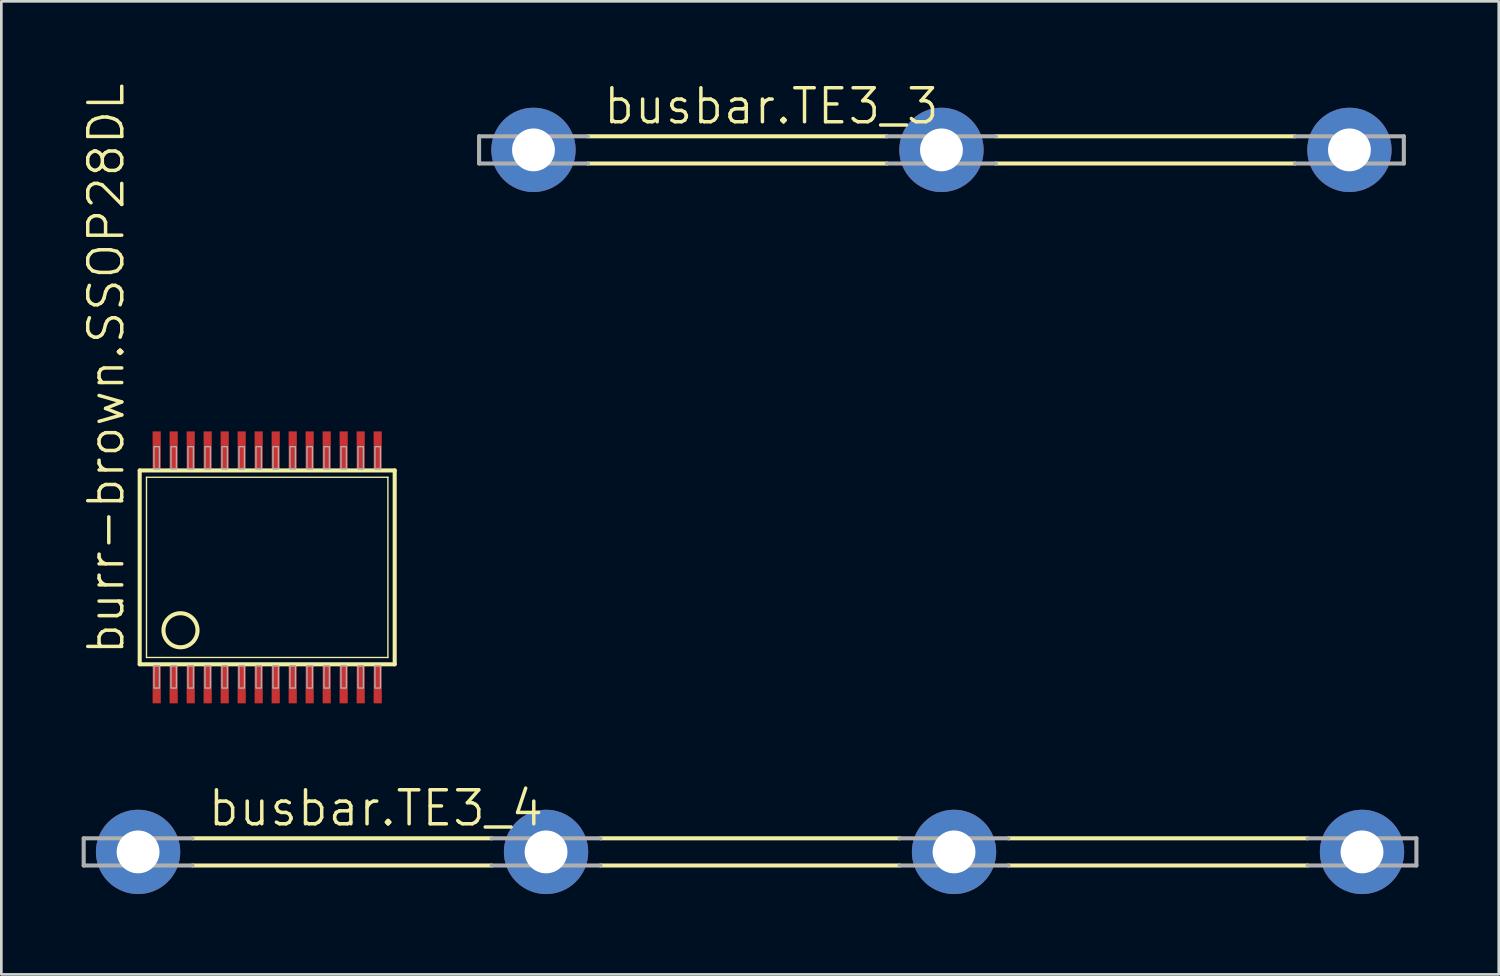
<source format=kicad_pcb>
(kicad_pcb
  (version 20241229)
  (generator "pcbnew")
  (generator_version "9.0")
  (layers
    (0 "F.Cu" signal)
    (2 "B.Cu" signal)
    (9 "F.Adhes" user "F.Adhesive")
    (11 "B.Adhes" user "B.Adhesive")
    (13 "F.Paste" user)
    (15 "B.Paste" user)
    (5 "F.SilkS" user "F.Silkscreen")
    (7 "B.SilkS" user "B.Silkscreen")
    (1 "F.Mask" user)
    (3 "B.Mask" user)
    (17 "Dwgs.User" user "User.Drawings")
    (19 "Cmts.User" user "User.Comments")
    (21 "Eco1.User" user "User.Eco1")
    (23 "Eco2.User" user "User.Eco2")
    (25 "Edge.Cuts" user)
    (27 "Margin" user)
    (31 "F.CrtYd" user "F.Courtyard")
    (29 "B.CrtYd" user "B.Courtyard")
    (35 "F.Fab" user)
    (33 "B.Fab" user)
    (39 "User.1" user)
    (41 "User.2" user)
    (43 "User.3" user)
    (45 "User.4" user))
  (footprint "busbar.TE3_3"
    (layer "F.Cu")
    (at 32.118 2.549)
    (property "Reference" "busbar.TE3_3" (at -12.7 -0.889 0) (layer "F.SilkS") (effects (font (size 1.27 1.27) (thickness 0.13)) (justify left bottom)))
    (attr through_hole)
    (fp_line (start -13.208 -0.508) (end -2.032 -0.508) (stroke (width 0.152) (type default)) (layer "F.SilkS"))
    (fp_line (start -13.208 0.508) (end -2.032 0.508) (stroke (width 0.152) (type default)) (layer "F.SilkS"))
    (fp_line (start 2.032 -0.508) (end 13.208 -0.508) (stroke (width 0.152) (type default)) (layer "F.SilkS"))
    (fp_line (start 2.032 0.508) (end 13.208 0.508) (stroke (width 0.152) (type default)) (layer "F.SilkS"))
    (fp_line (start -17.272 -0.508) (end -17.272 0.508) (stroke (width 0.152) (type default)) (layer "F.Fab"))
    (fp_line (start -17.272 0.508) (end -13.208 0.508) (stroke (width 0.152) (type default)) (layer "F.Fab"))
    (fp_line (start -13.208 -0.508) (end -17.272 -0.508) (stroke (width 0.152) (type default)) (layer "F.Fab"))
    (fp_line (start -2.032 0.508) (end 2.032 0.508) (stroke (width 0.152) (type default)) (layer "F.Fab"))
    (fp_line (start 2.032 -0.508) (end -2.032 -0.508) (stroke (width 0.152) (type default)) (layer "F.Fab"))
    (fp_line (start 17.272 -0.508) (end 13.208 -0.508) (stroke (width 0.152) (type default)) (layer "F.Fab"))
    (fp_line (start 17.272 -0.508) (end 17.272 0.508) (stroke (width 0.152) (type default)) (layer "F.Fab"))
    (fp_line (start 17.272 0.508) (end 13.208 0.508) (stroke (width 0.152) (type default)) (layer "F.Fab"))
    (pad "1" thru_hole circle (at -15.24 0) (size 3.15 3.15) (drill 1.6) (layers "*.Cu" "*.Mask"))
    (pad "2" thru_hole circle (at 0 0) (size 3.15 3.15) (drill 1.6) (layers "*.Cu" "*.Mask"))
    (pad "3" thru_hole circle (at 15.24 0) (size 3.15 3.15) (drill 1.6) (layers "*.Cu" "*.Mask")))
  (footprint "burr-brown.SSOP28DL"
    (layer "F.Cu")
    (at 6.931 18.144)
    (property "Reference" "burr-brown.SSOP28DL" (at -5.271 3.34 90) (layer "F.SilkS") (effects (font (size 1.27 1.27) (thickness 0.13)) (justify left bottom)))
    (attr smd)
    (fp_line (start -4.763 3.62) (end -4.763 -3.62) (stroke (width 0.152) (type default)) (layer "F.SilkS"))
    (fp_line (start -4.763 3.62) (end 4.763 3.62) (stroke (width 0.152) (type default)) (layer "F.SilkS"))
    (fp_line (start -4.509 3.366) (end -4.509 -3.366) (stroke (width 0.051) (type default)) (layer "F.SilkS"))
    (fp_line (start -4.509 3.366) (end 4.509 3.366) (stroke (width 0.051) (type default)) (layer "F.SilkS"))
    (fp_line (start 4.509 -3.366) (end -4.509 -3.366) (stroke (width 0.051) (type default)) (layer "F.SilkS"))
    (fp_line (start 4.509 -3.366) (end 4.509 3.366) (stroke (width 0.051) (type default)) (layer "F.SilkS"))
    (fp_line (start 4.763 -3.62) (end -4.763 -3.62) (stroke (width 0.152) (type default)) (layer "F.SilkS"))
    (fp_line (start 4.763 3.62) (end 4.763 -3.62) (stroke (width 0.152) (type default)) (layer "F.SilkS"))
    (fp_circle (center -3.239 2.349) (end -2.603 2.349) (stroke (width 0.152) (type default)) (fill no) (layer "F.SilkS"))
    (fp_rect (start -4.229 -3.67) (end -4.026 -4.508) (stroke (width 0.05) (type default)) (fill no) (layer "F.Fab"))
    (fp_rect (start -4.229 4.508) (end -4.026 3.67) (stroke (width 0.05) (type default)) (fill no) (layer "F.Fab"))
    (fp_rect (start -3.594 -3.67) (end -3.391 -4.508) (stroke (width 0.05) (type default)) (fill no) (layer "F.Fab"))
    (fp_rect (start -3.594 4.508) (end -3.391 3.67) (stroke (width 0.05) (type default)) (fill no) (layer "F.Fab"))
    (fp_rect (start -2.959 -3.67) (end -2.756 -4.508) (stroke (width 0.05) (type default)) (fill no) (layer "F.Fab"))
    (fp_rect (start -2.959 4.508) (end -2.756 3.67) (stroke (width 0.05) (type default)) (fill no) (layer "F.Fab"))
    (fp_rect (start -2.324 -3.67) (end -2.121 -4.508) (stroke (width 0.05) (type default)) (fill no) (layer "F.Fab"))
    (fp_rect (start -2.324 4.508) (end -2.121 3.67) (stroke (width 0.05) (type default)) (fill no) (layer "F.Fab"))
    (fp_rect (start -1.689 -3.67) (end -1.486 -4.508) (stroke (width 0.05) (type default)) (fill no) (layer "F.Fab"))
    (fp_rect (start -1.689 4.508) (end -1.486 3.67) (stroke (width 0.05) (type default)) (fill no) (layer "F.Fab"))
    (fp_rect (start -1.054 -3.67) (end -0.851 -4.508) (stroke (width 0.05) (type default)) (fill no) (layer "F.Fab"))
    (fp_rect (start -1.054 4.508) (end -0.851 3.67) (stroke (width 0.05) (type default)) (fill no) (layer "F.Fab"))
    (fp_rect (start -0.419 -3.67) (end -0.216 -4.508) (stroke (width 0.05) (type default)) (fill no) (layer "F.Fab"))
    (fp_rect (start -0.419 4.508) (end -0.216 3.67) (stroke (width 0.05) (type default)) (fill no) (layer "F.Fab"))
    (fp_rect (start 0.216 -3.67) (end 0.419 -4.508) (stroke (width 0.05) (type default)) (fill no) (layer "F.Fab"))
    (fp_rect (start 0.216 4.508) (end 0.419 3.67) (stroke (width 0.05) (type default)) (fill no) (layer "F.Fab"))
    (fp_rect (start 0.851 -3.67) (end 1.054 -4.508) (stroke (width 0.05) (type default)) (fill no) (layer "F.Fab"))
    (fp_rect (start 0.851 4.508) (end 1.054 3.67) (stroke (width 0.05) (type default)) (fill no) (layer "F.Fab"))
    (fp_rect (start 1.486 -3.67) (end 1.689 -4.508) (stroke (width 0.05) (type default)) (fill no) (layer "F.Fab"))
    (fp_rect (start 1.486 4.508) (end 1.689 3.67) (stroke (width 0.05) (type default)) (fill no) (layer "F.Fab"))
    (fp_rect (start 2.121 -3.67) (end 2.324 -4.508) (stroke (width 0.05) (type default)) (fill no) (layer "F.Fab"))
    (fp_rect (start 2.121 4.508) (end 2.324 3.67) (stroke (width 0.05) (type default)) (fill no) (layer "F.Fab"))
    (fp_rect (start 2.756 -3.67) (end 2.959 -4.508) (stroke (width 0.05) (type default)) (fill no) (layer "F.Fab"))
    (fp_rect (start 2.756 4.508) (end 2.959 3.67) (stroke (width 0.05) (type default)) (fill no) (layer "F.Fab"))
    (fp_rect (start 3.391 -3.67) (end 3.594 -4.508) (stroke (width 0.05) (type default)) (fill no) (layer "F.Fab"))
    (fp_rect (start 3.391 4.508) (end 3.594 3.67) (stroke (width 0.05) (type default)) (fill no) (layer "F.Fab"))
    (fp_rect (start 4.026 -3.67) (end 4.229 -4.508) (stroke (width 0.05) (type default)) (fill no) (layer "F.Fab"))
    (fp_rect (start 4.026 4.508) (end 4.229 3.67) (stroke (width 0.05) (type default)) (fill no) (layer "F.Fab"))
    (pad "1" smd roundrect (at -4.128 4.381) (size 0.305 1.397) (layers "F.Cu" "F.Mask" "F.Paste") (roundrect_rratio 0.01))
    (pad "2" smd roundrect (at -3.493 4.381) (size 0.305 1.397) (layers "F.Cu" "F.Mask" "F.Paste") (roundrect_rratio 0.01))
    (pad "3" smd roundrect (at -2.857 4.381) (size 0.305 1.397) (layers "F.Cu" "F.Mask" "F.Paste") (roundrect_rratio 0.01))
    (pad "4" smd roundrect (at -2.223 4.381) (size 0.305 1.397) (layers "F.Cu" "F.Mask" "F.Paste") (roundrect_rratio 0.01))
    (pad "5" smd roundrect (at -1.587 4.381) (size 0.305 1.397) (layers "F.Cu" "F.Mask" "F.Paste") (roundrect_rratio 0.01))
    (pad "6" smd roundrect (at -0.953 4.381) (size 0.305 1.397) (layers "F.Cu" "F.Mask" "F.Paste") (roundrect_rratio 0.01))
    (pad "7" smd roundrect (at -0.318 4.381) (size 0.305 1.397) (layers "F.Cu" "F.Mask" "F.Paste") (roundrect_rratio 0.01))
    (pad "8" smd roundrect (at 0.318 4.381) (size 0.305 1.397) (layers "F.Cu" "F.Mask" "F.Paste") (roundrect_rratio 0.01))
    (pad "9" smd roundrect (at 0.953 4.381) (size 0.305 1.397) (layers "F.Cu" "F.Mask" "F.Paste") (roundrect_rratio 0.01))
    (pad "10" smd roundrect (at 1.587 4.381) (size 0.305 1.397) (layers "F.Cu" "F.Mask" "F.Paste") (roundrect_rratio 0.01))
    (pad "11" smd roundrect (at 2.223 4.381) (size 0.305 1.397) (layers "F.Cu" "F.Mask" "F.Paste") (roundrect_rratio 0.01))
    (pad "12" smd roundrect (at 2.857 4.381) (size 0.305 1.397) (layers "F.Cu" "F.Mask" "F.Paste") (roundrect_rratio 0.01))
    (pad "13" smd roundrect (at 3.493 4.381) (size 0.305 1.397) (layers "F.Cu" "F.Mask" "F.Paste") (roundrect_rratio 0.01))
    (pad "14" smd roundrect (at 4.128 4.381) (size 0.305 1.397) (layers "F.Cu" "F.Mask" "F.Paste") (roundrect_rratio 0.01))
    (pad "15" smd roundrect (at 4.128 -4.381) (size 0.305 1.397) (layers "F.Cu" "F.Mask" "F.Paste") (roundrect_rratio 0.01))
    (pad "16" smd roundrect (at 3.493 -4.381) (size 0.305 1.397) (layers "F.Cu" "F.Mask" "F.Paste") (roundrect_rratio 0.01))
    (pad "17" smd roundrect (at 2.857 -4.381) (size 0.305 1.397) (layers "F.Cu" "F.Mask" "F.Paste") (roundrect_rratio 0.01))
    (pad "18" smd roundrect (at 2.223 -4.381) (size 0.305 1.397) (layers "F.Cu" "F.Mask" "F.Paste") (roundrect_rratio 0.01))
    (pad "19" smd roundrect (at 1.587 -4.381) (size 0.305 1.397) (layers "F.Cu" "F.Mask" "F.Paste") (roundrect_rratio 0.01))
    (pad "20" smd roundrect (at 0.953 -4.381) (size 0.305 1.397) (layers "F.Cu" "F.Mask" "F.Paste") (roundrect_rratio 0.01))
    (pad "21" smd roundrect (at 0.318 -4.381) (size 0.305 1.397) (layers "F.Cu" "F.Mask" "F.Paste") (roundrect_rratio 0.01))
    (pad "22" smd roundrect (at -0.318 -4.381) (size 0.305 1.397) (layers "F.Cu" "F.Mask" "F.Paste") (roundrect_rratio 0.01))
    (pad "23" smd roundrect (at -0.953 -4.381) (size 0.305 1.397) (layers "F.Cu" "F.Mask" "F.Paste") (roundrect_rratio 0.01))
    (pad "24" smd roundrect (at -1.587 -4.381) (size 0.305 1.397) (layers "F.Cu" "F.Mask" "F.Paste") (roundrect_rratio 0.01))
    (pad "25" smd roundrect (at -2.223 -4.381) (size 0.305 1.397) (layers "F.Cu" "F.Mask" "F.Paste") (roundrect_rratio 0.01))
    (pad "26" smd roundrect (at -2.857 -4.381) (size 0.305 1.397) (layers "F.Cu" "F.Mask" "F.Paste") (roundrect_rratio 0.01))
    (pad "27" smd roundrect (at -3.493 -4.381) (size 0.305 1.397) (layers "F.Cu" "F.Mask" "F.Paste") (roundrect_rratio 0.01))
    (pad "28" smd roundrect (at -4.128 -4.381) (size 0.305 1.397) (layers "F.Cu" "F.Mask" "F.Paste") (roundrect_rratio 0.01)))
  (footprint "busbar.TE3_4"
    (layer "F.Cu")
    (at 24.968 28.773)
    (property "Reference" "busbar.TE3_4" (at -20.32 -0.889 0) (layer "F.SilkS") (effects (font (size 1.27 1.27) (thickness 0.13)) (justify left bottom)))
    (attr through_hole)
    (fp_line (start -20.828 -0.508) (end -9.652 -0.508) (stroke (width 0.152) (type default)) (layer "F.SilkS"))
    (fp_line (start -20.828 0.508) (end -9.652 0.508) (stroke (width 0.152) (type default)) (layer "F.SilkS"))
    (fp_line (start -5.588 -0.508) (end 5.588 -0.508) (stroke (width 0.152) (type default)) (layer "F.SilkS"))
    (fp_line (start -5.588 0.508) (end 5.588 0.508) (stroke (width 0.152) (type default)) (layer "F.SilkS"))
    (fp_line (start 9.652 -0.508) (end 20.828 -0.508) (stroke (width 0.152) (type default)) (layer "F.SilkS"))
    (fp_line (start 9.652 0.508) (end 20.828 0.508) (stroke (width 0.152) (type default)) (layer "F.SilkS"))
    (fp_line (start -24.892 -0.508) (end -24.892 0.508) (stroke (width 0.152) (type default)) (layer "F.Fab"))
    (fp_line (start -24.892 0.508) (end -20.828 0.508) (stroke (width 0.152) (type default)) (layer "F.Fab"))
    (fp_line (start -20.828 -0.508) (end -24.892 -0.508) (stroke (width 0.152) (type default)) (layer "F.Fab"))
    (fp_line (start -9.652 0.508) (end -5.588 0.508) (stroke (width 0.152) (type default)) (layer "F.Fab"))
    (fp_line (start -5.588 -0.508) (end -9.652 -0.508) (stroke (width 0.152) (type default)) (layer "F.Fab"))
    (fp_line (start 5.588 -0.508) (end 9.652 -0.508) (stroke (width 0.152) (type default)) (layer "F.Fab"))
    (fp_line (start 5.588 0.508) (end 9.652 0.508) (stroke (width 0.152) (type default)) (layer "F.Fab"))
    (fp_line (start 20.828 0.508) (end 24.892 0.508) (stroke (width 0.152) (type default)) (layer "F.Fab"))
    (fp_line (start 24.892 -0.508) (end 20.828 -0.508) (stroke (width 0.152) (type default)) (layer "F.Fab"))
    (fp_line (start 24.892 0.508) (end 24.892 -0.508) (stroke (width 0.152) (type default)) (layer "F.Fab"))
    (pad "1" thru_hole circle (at -22.86 0) (size 3.15 3.15) (drill 1.6) (layers "*.Cu" "*.Mask"))
    (pad "2" thru_hole circle (at -7.62 0) (size 3.15 3.15) (drill 1.6) (layers "*.Cu" "*.Mask"))
    (pad "3" thru_hole circle (at 7.62 0) (size 3.15 3.15) (drill 1.6) (layers "*.Cu" "*.Mask"))
    (pad "4" thru_hole circle (at 22.86 0) (size 3.15 3.15) (drill 1.6) (layers "*.Cu" "*.Mask")))
  (gr_rect
    (start -3 -3)
    (end 52.936 33.348)
    (stroke (width 0.1) (type default))
    (fill no)
    (layer "Edge.Cuts")))
</source>
